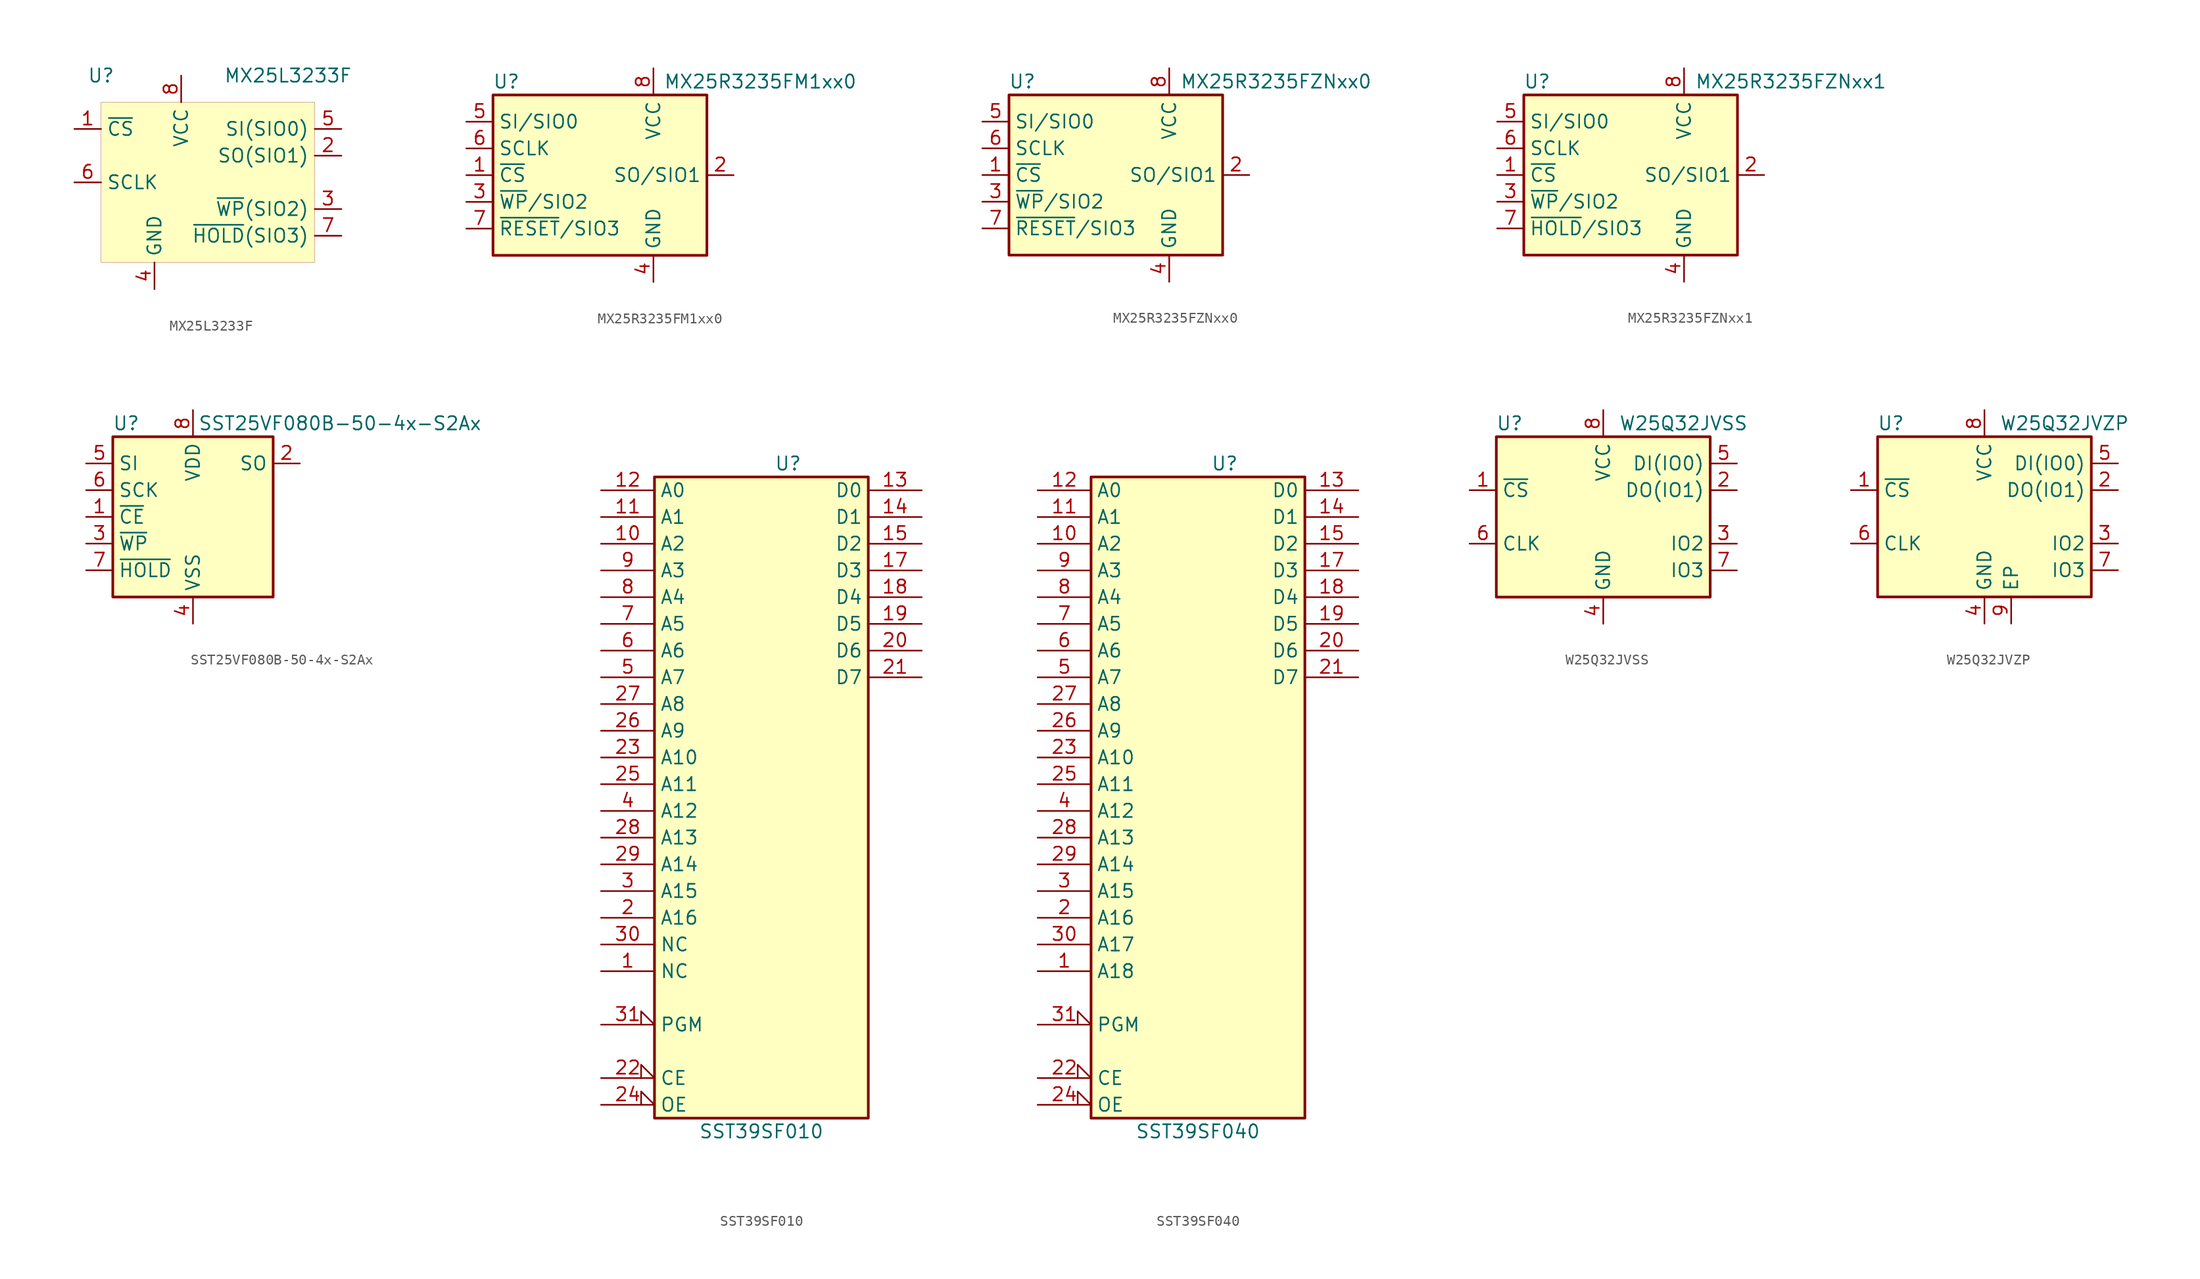
<source format=kicad_sym>
(kicad_symbol_lib
  (version 20200820)
  (host kicad_symbol_editor "5.99.0-a2341f0f33-1-1")
  (symbol "Memory_Flash:MX25L3233F"
    (property "Reference" "U"
      (at -10.16 10.16 0)
      (effects (font (size 1.27 1.27))))
    (property "Value" "MX25L3233F"
      (at 7.62 10.16 0)
      (effects (font (size 1.27 1.27))))
    (symbol "MX25L3233F_0_1"
      (rectangle (start -10.16 7.62) (end 10.16 -7.62) (stroke (width 0.001)) (fill (type background))))
    (symbol "MX25L3233F_1_1"
      (pin power_in line (at -2.54 10.16 270) (length 2.54) (name "VCC" (effects (font (size 1.27 1.27)))) (number "8" (effects (font (size 1.27 1.27)))))
      (pin input line (at -12.7 5.08 0) (length 2.54) (name "~CS" (effects (font (size 1.27 1.27)))) (number "1" (effects (font (size 1.27 1.27)))))
      (pin input line (at -12.7 0 0) (length 2.54) (name "SCLK" (effects (font (size 1.27 1.27)))) (number "6" (effects (font (size 1.27 1.27)))))
      (pin input line (at -5.08 -10.16 90) (length 2.54) (name "GND" (effects (font (size 1.27 1.27)))) (number "4" (effects (font (size 1.27 1.27)))))
      (pin bidirectional line (at 12.7 -5.08 180) (length 2.54) (name "~HOLD~(SIO3)" (effects (font (size 1.27 1.27)))) (number "7" (effects (font (size 1.27 1.27)))))
      (pin bidirectional line (at 12.7 -2.54 180) (length 2.54) (name "~WP~(SIO2)" (effects (font (size 1.27 1.27)))) (number "3" (effects (font (size 1.27 1.27)))))
      (pin bidirectional line (at 12.7 2.54 180) (length 2.54) (name "SO(SIO1)" (effects (font (size 1.27 1.27)))) (number "2" (effects (font (size 1.27 1.27)))))
      (pin bidirectional line (at 12.7 5.08 180) (length 2.54) (name "SI(SIO0)" (effects (font (size 1.27 1.27)))) (number "5" (effects (font (size 1.27 1.27)))))))
  (symbol "Memory_Flash:MX25R3235FM1xx0"
    (pin_names
      (offset 0.508))
    (property "Reference" "U"
      (at -8.89 8.89 0)
      (effects (font (size 1.27 1.27))))
    (property "Value" "MX25R3235FM1xx0"
      (at 15.24 8.89 0)
      (effects (font (size 1.27 1.27))))
    (symbol "MX25R3235FM1xx0_1_1"
      (rectangle (start -10.16 7.62) (end 10.16 -7.62) (stroke (width 0.254)) (fill (type background)))
      (pin input line (at -12.7 0 0) (length 2.54) (name "~CS" (effects (font (size 1.27 1.27)))) (number "1" (effects (font (size 1.27 1.27)))))
      (pin bidirectional line (at 12.7 0 180) (length 2.54) (name "SO/SIO1" (effects (font (size 1.27 1.27)))) (number "2" (effects (font (size 1.27 1.27)))))
      (pin bidirectional line (at -12.7 -2.54 0) (length 2.54) (name "~WP~/SIO2" (effects (font (size 1.27 1.27)))) (number "3" (effects (font (size 1.27 1.27)))))
      (pin power_in line (at 5.08 -10.16 90) (length 2.54) (name "GND" (effects (font (size 1.27 1.27)))) (number "4" (effects (font (size 1.27 1.27)))))
      (pin bidirectional line (at -12.7 5.08 0) (length 2.54) (name "SI/SIO0" (effects (font (size 1.27 1.27)))) (number "5" (effects (font (size 1.27 1.27)))))
      (pin input line (at -12.7 2.54 0) (length 2.54) (name "SCLK" (effects (font (size 1.27 1.27)))) (number "6" (effects (font (size 1.27 1.27)))))
      (pin bidirectional line (at -12.7 -5.08 0) (length 2.54) (name "~RESET~/SIO3" (effects (font (size 1.27 1.27)))) (number "7" (effects (font (size 1.27 1.27)))))
      (pin power_in line (at 5.08 10.16 270) (length 2.54) (name "VCC" (effects (font (size 1.27 1.27)))) (number "8" (effects (font (size 1.27 1.27)))))))
  (symbol "Memory_Flash:MX25R3235FZNxx0"
    (pin_names
      (offset 0.508))
    (property "Reference" "U"
      (at -8.89 8.89 0)
      (effects (font (size 1.27 1.27))))
    (property "Value" "MX25R3235FZNxx0"
      (at 15.24 8.89 0)
      (effects (font (size 1.27 1.27))))
    (symbol "MX25R3235FZNxx0_1_1"
      (rectangle (start -10.16 7.62) (end 10.16 -7.62) (stroke (width 0.254)) (fill (type background)))
      (pin input line (at -12.7 0 0) (length 2.54) (name "~CS" (effects (font (size 1.27 1.27)))) (number "1" (effects (font (size 1.27 1.27)))))
      (pin bidirectional line (at 12.7 0 180) (length 2.54) (name "SO/SIO1" (effects (font (size 1.27 1.27)))) (number "2" (effects (font (size 1.27 1.27)))))
      (pin bidirectional line (at -12.7 -2.54 0) (length 2.54) (name "~WP~/SIO2" (effects (font (size 1.27 1.27)))) (number "3" (effects (font (size 1.27 1.27)))))
      (pin power_in line (at 5.08 -10.16 90) (length 2.54) (name "GND" (effects (font (size 1.27 1.27)))) (number "4" (effects (font (size 1.27 1.27)))))
      (pin bidirectional line (at -12.7 5.08 0) (length 2.54) (name "SI/SIO0" (effects (font (size 1.27 1.27)))) (number "5" (effects (font (size 1.27 1.27)))))
      (pin input line (at -12.7 2.54 0) (length 2.54) (name "SCLK" (effects (font (size 1.27 1.27)))) (number "6" (effects (font (size 1.27 1.27)))))
      (pin bidirectional line (at -12.7 -5.08 0) (length 2.54) (name "~RESET~/SIO3" (effects (font (size 1.27 1.27)))) (number "7" (effects (font (size 1.27 1.27)))))
      (pin power_in line (at 5.08 10.16 270) (length 2.54) (name "VCC" (effects (font (size 1.27 1.27)))) (number "8" (effects (font (size 1.27 1.27)))))
      (pin passive line (at 5.08 -10.16 90) (length 2.54) hide (name "GND" (effects (font (size 1.27 1.27)))) (number "9" (effects (font (size 1.27 1.27)))))))
  (symbol "Memory_Flash:MX25R3235FZNxx1"
    (pin_names
      (offset 0.508))
    (property "Reference" "U"
      (at -8.89 8.89 0)
      (effects (font (size 1.27 1.27))))
    (property "Value" "MX25R3235FZNxx1"
      (at 15.24 8.89 0)
      (effects (font (size 1.27 1.27))))
    (symbol "MX25R3235FZNxx1_1_1"
      (rectangle (start -10.16 7.62) (end 10.16 -7.62) (stroke (width 0.254)) (fill (type background)))
      (pin input line (at -12.7 0 0) (length 2.54) (name "~CS" (effects (font (size 1.27 1.27)))) (number "1" (effects (font (size 1.27 1.27)))))
      (pin bidirectional line (at 12.7 0 180) (length 2.54) (name "SO/SIO1" (effects (font (size 1.27 1.27)))) (number "2" (effects (font (size 1.27 1.27)))))
      (pin bidirectional line (at -12.7 -2.54 0) (length 2.54) (name "~WP~/SIO2" (effects (font (size 1.27 1.27)))) (number "3" (effects (font (size 1.27 1.27)))))
      (pin power_in line (at 5.08 -10.16 90) (length 2.54) (name "GND" (effects (font (size 1.27 1.27)))) (number "4" (effects (font (size 1.27 1.27)))))
      (pin bidirectional line (at -12.7 5.08 0) (length 2.54) (name "SI/SIO0" (effects (font (size 1.27 1.27)))) (number "5" (effects (font (size 1.27 1.27)))))
      (pin input line (at -12.7 2.54 0) (length 2.54) (name "SCLK" (effects (font (size 1.27 1.27)))) (number "6" (effects (font (size 1.27 1.27)))))
      (pin bidirectional line (at -12.7 -5.08 0) (length 2.54) (name "~HOLD~/SIO3" (effects (font (size 1.27 1.27)))) (number "7" (effects (font (size 1.27 1.27)))))
      (pin power_in line (at 5.08 10.16 270) (length 2.54) (name "VCC" (effects (font (size 1.27 1.27)))) (number "8" (effects (font (size 1.27 1.27)))))
      (pin passive line (at 5.08 -10.16 90) (length 2.54) hide (name "GND" (effects (font (size 1.27 1.27)))) (number "9" (effects (font (size 1.27 1.27)))))))
  (symbol "Memory_Flash:SST25VF080B-50-4x-S2Ax"
    (pin_names
      (offset 0.508))
    (property "Reference" "U"
      (at -6.35 8.89 0)
      (effects (font (size 1.27 1.27))))
    (property "Value" "SST25VF080B-50-4x-S2Ax"
      (at 13.97 8.89 0)
      (effects (font (size 1.27 1.27))))
    (symbol "SST25VF080B-50-4x-S2Ax_1_1"
      (rectangle (start -7.62 7.62) (end 7.62 -7.62) (stroke (width 0.254)) (fill (type background)))
      (pin input line (at -10.16 0 0) (length 2.54) (name "~CE" (effects (font (size 1.27 1.27)))) (number "1" (effects (font (size 1.27 1.27)))))
      (pin output line (at 10.16 5.08 180) (length 2.54) (name "SO" (effects (font (size 1.27 1.27)))) (number "2" (effects (font (size 1.27 1.27)))))
      (pin input line (at -10.16 -2.54 0) (length 2.54) (name "~WP~" (effects (font (size 1.27 1.27)))) (number "3" (effects (font (size 1.27 1.27)))))
      (pin power_in line (at 0 -10.16 90) (length 2.54) (name "VSS" (effects (font (size 1.27 1.27)))) (number "4" (effects (font (size 1.27 1.27)))))
      (pin input line (at -10.16 5.08 0) (length 2.54) (name "SI" (effects (font (size 1.27 1.27)))) (number "5" (effects (font (size 1.27 1.27)))))
      (pin input line (at -10.16 2.54 0) (length 2.54) (name "SCK" (effects (font (size 1.27 1.27)))) (number "6" (effects (font (size 1.27 1.27)))))
      (pin input line (at -10.16 -5.08 0) (length 2.54) (name "~HOLD~" (effects (font (size 1.27 1.27)))) (number "7" (effects (font (size 1.27 1.27)))))
      (pin power_in line (at 0 10.16 270) (length 2.54) (name "VDD" (effects (font (size 1.27 1.27)))) (number "8" (effects (font (size 1.27 1.27)))))))
  (symbol "Memory_Flash:SST39SF010"
    (pin_names
      (offset 0.508))
    (property "Reference" "U"
      (at 2.54 33.02 0)
      (effects (font (size 1.27 1.27))))
    (property "Value" "SST39SF010"
      (at 0 -30.48 0)
      (effects (font (size 1.27 1.27))))
    (symbol "SST39SF010_0_1"
      (rectangle (start -10.16 31.75) (end 10.16 -29.21) (stroke (width 0.254)) (fill (type background))))
    (symbol "SST39SF010_0_0"
      (pin power_in line (at 0 -30.48 90) (length 1.27) hide (name "GND" (effects (font (size 1.27 1.27)))) (number "16" (effects (font (size 1.27 1.27)))))
      (pin power_in line (at 0 33.02 270) (length 1.27) hide (name "VCC" (effects (font (size 1.27 1.27)))) (number "32" (effects (font (size 1.27 1.27))))))
    (symbol "SST39SF010_1_1"
      (pin input line (at -15.24 -15.24 0) (length 5.08) (name "NC" (effects (font (size 1.27 1.27)))) (number "1" (effects (font (size 1.27 1.27)))))
      (pin input line (at -15.24 25.4 0) (length 5.08) (name "A2" (effects (font (size 1.27 1.27)))) (number "10" (effects (font (size 1.27 1.27)))))
      (pin input line (at -15.24 27.94 0) (length 5.08) (name "A1" (effects (font (size 1.27 1.27)))) (number "11" (effects (font (size 1.27 1.27)))))
      (pin input line (at -15.24 30.48 0) (length 5.08) (name "A0" (effects (font (size 1.27 1.27)))) (number "12" (effects (font (size 1.27 1.27)))))
      (pin tri_state line (at 15.24 30.48 180) (length 5.08) (name "D0" (effects (font (size 1.27 1.27)))) (number "13" (effects (font (size 1.27 1.27)))))
      (pin tri_state line (at 15.24 27.94 180) (length 5.08) (name "D1" (effects (font (size 1.27 1.27)))) (number "14" (effects (font (size 1.27 1.27)))))
      (pin tri_state line (at 15.24 25.4 180) (length 5.08) (name "D2" (effects (font (size 1.27 1.27)))) (number "15" (effects (font (size 1.27 1.27)))))
      (pin tri_state line (at 15.24 22.86 180) (length 5.08) (name "D3" (effects (font (size 1.27 1.27)))) (number "17" (effects (font (size 1.27 1.27)))))
      (pin tri_state line (at 15.24 20.32 180) (length 5.08) (name "D4" (effects (font (size 1.27 1.27)))) (number "18" (effects (font (size 1.27 1.27)))))
      (pin tri_state line (at 15.24 17.78 180) (length 5.08) (name "D5" (effects (font (size 1.27 1.27)))) (number "19" (effects (font (size 1.27 1.27)))))
      (pin input line (at -15.24 -10.16 0) (length 5.08) (name "A16" (effects (font (size 1.27 1.27)))) (number "2" (effects (font (size 1.27 1.27)))))
      (pin tri_state line (at 15.24 15.24 180) (length 5.08) (name "D6" (effects (font (size 1.27 1.27)))) (number "20" (effects (font (size 1.27 1.27)))))
      (pin tri_state line (at 15.24 12.7 180) (length 5.08) (name "D7" (effects (font (size 1.27 1.27)))) (number "21" (effects (font (size 1.27 1.27)))))
      (pin input input_low (at -15.24 -25.4 0) (length 5.08) (name "CE" (effects (font (size 1.27 1.27)))) (number "22" (effects (font (size 1.27 1.27)))))
      (pin input line (at -15.24 5.08 0) (length 5.08) (name "A10" (effects (font (size 1.27 1.27)))) (number "23" (effects (font (size 1.27 1.27)))))
      (pin input input_low (at -15.24 -27.94 0) (length 5.08) (name "OE" (effects (font (size 1.27 1.27)))) (number "24" (effects (font (size 1.27 1.27)))))
      (pin input line (at -15.24 2.54 0) (length 5.08) (name "A11" (effects (font (size 1.27 1.27)))) (number "25" (effects (font (size 1.27 1.27)))))
      (pin input line (at -15.24 7.62 0) (length 5.08) (name "A9" (effects (font (size 1.27 1.27)))) (number "26" (effects (font (size 1.27 1.27)))))
      (pin input line (at -15.24 10.16 0) (length 5.08) (name "A8" (effects (font (size 1.27 1.27)))) (number "27" (effects (font (size 1.27 1.27)))))
      (pin input line (at -15.24 -2.54 0) (length 5.08) (name "A13" (effects (font (size 1.27 1.27)))) (number "28" (effects (font (size 1.27 1.27)))))
      (pin input line (at -15.24 -5.08 0) (length 5.08) (name "A14" (effects (font (size 1.27 1.27)))) (number "29" (effects (font (size 1.27 1.27)))))
      (pin input line (at -15.24 -7.62 0) (length 5.08) (name "A15" (effects (font (size 1.27 1.27)))) (number "3" (effects (font (size 1.27 1.27)))))
      (pin input line (at -15.24 -12.7 0) (length 5.08) (name "NC" (effects (font (size 1.27 1.27)))) (number "30" (effects (font (size 1.27 1.27)))))
      (pin input input_low (at -15.24 -20.32 0) (length 5.08) (name "PGM" (effects (font (size 1.27 1.27)))) (number "31" (effects (font (size 1.27 1.27)))))
      (pin input line (at -15.24 0 0) (length 5.08) (name "A12" (effects (font (size 1.27 1.27)))) (number "4" (effects (font (size 1.27 1.27)))))
      (pin input line (at -15.24 12.7 0) (length 5.08) (name "A7" (effects (font (size 1.27 1.27)))) (number "5" (effects (font (size 1.27 1.27)))))
      (pin input line (at -15.24 15.24 0) (length 5.08) (name "A6" (effects (font (size 1.27 1.27)))) (number "6" (effects (font (size 1.27 1.27)))))
      (pin input line (at -15.24 17.78 0) (length 5.08) (name "A5" (effects (font (size 1.27 1.27)))) (number "7" (effects (font (size 1.27 1.27)))))
      (pin input line (at -15.24 20.32 0) (length 5.08) (name "A4" (effects (font (size 1.27 1.27)))) (number "8" (effects (font (size 1.27 1.27)))))
      (pin input line (at -15.24 22.86 0) (length 5.08) (name "A3" (effects (font (size 1.27 1.27)))) (number "9" (effects (font (size 1.27 1.27)))))))
  (symbol "Memory_Flash:SST39SF040"
    (pin_names
      (offset 0.508))
    (property "Reference" "U"
      (at 2.54 33.02 0)
      (effects (font (size 1.27 1.27))))
    (property "Value" "SST39SF040"
      (at 0 -30.48 0)
      (effects (font (size 1.27 1.27))))
    (symbol "SST39SF040_0_1"
      (rectangle (start -10.16 31.75) (end 10.16 -29.21) (stroke (width 0.254)) (fill (type background))))
    (symbol "SST39SF040_0_0"
      (pin power_in line (at 0 -30.48 90) (length 1.27) hide (name "GND" (effects (font (size 1.27 1.27)))) (number "16" (effects (font (size 1.27 1.27)))))
      (pin power_in line (at 0 33.02 270) (length 1.27) hide (name "VCC" (effects (font (size 1.27 1.27)))) (number "32" (effects (font (size 1.27 1.27))))))
    (symbol "SST39SF040_1_1"
      (pin input line (at -15.24 -15.24 0) (length 5.08) (name "A18" (effects (font (size 1.27 1.27)))) (number "1" (effects (font (size 1.27 1.27)))))
      (pin input line (at -15.24 25.4 0) (length 5.08) (name "A2" (effects (font (size 1.27 1.27)))) (number "10" (effects (font (size 1.27 1.27)))))
      (pin input line (at -15.24 27.94 0) (length 5.08) (name "A1" (effects (font (size 1.27 1.27)))) (number "11" (effects (font (size 1.27 1.27)))))
      (pin input line (at -15.24 30.48 0) (length 5.08) (name "A0" (effects (font (size 1.27 1.27)))) (number "12" (effects (font (size 1.27 1.27)))))
      (pin tri_state line (at 15.24 30.48 180) (length 5.08) (name "D0" (effects (font (size 1.27 1.27)))) (number "13" (effects (font (size 1.27 1.27)))))
      (pin tri_state line (at 15.24 27.94 180) (length 5.08) (name "D1" (effects (font (size 1.27 1.27)))) (number "14" (effects (font (size 1.27 1.27)))))
      (pin tri_state line (at 15.24 25.4 180) (length 5.08) (name "D2" (effects (font (size 1.27 1.27)))) (number "15" (effects (font (size 1.27 1.27)))))
      (pin tri_state line (at 15.24 22.86 180) (length 5.08) (name "D3" (effects (font (size 1.27 1.27)))) (number "17" (effects (font (size 1.27 1.27)))))
      (pin tri_state line (at 15.24 20.32 180) (length 5.08) (name "D4" (effects (font (size 1.27 1.27)))) (number "18" (effects (font (size 1.27 1.27)))))
      (pin tri_state line (at 15.24 17.78 180) (length 5.08) (name "D5" (effects (font (size 1.27 1.27)))) (number "19" (effects (font (size 1.27 1.27)))))
      (pin input line (at -15.24 -10.16 0) (length 5.08) (name "A16" (effects (font (size 1.27 1.27)))) (number "2" (effects (font (size 1.27 1.27)))))
      (pin tri_state line (at 15.24 15.24 180) (length 5.08) (name "D6" (effects (font (size 1.27 1.27)))) (number "20" (effects (font (size 1.27 1.27)))))
      (pin tri_state line (at 15.24 12.7 180) (length 5.08) (name "D7" (effects (font (size 1.27 1.27)))) (number "21" (effects (font (size 1.27 1.27)))))
      (pin input input_low (at -15.24 -25.4 0) (length 5.08) (name "CE" (effects (font (size 1.27 1.27)))) (number "22" (effects (font (size 1.27 1.27)))))
      (pin input line (at -15.24 5.08 0) (length 5.08) (name "A10" (effects (font (size 1.27 1.27)))) (number "23" (effects (font (size 1.27 1.27)))))
      (pin input input_low (at -15.24 -27.94 0) (length 5.08) (name "OE" (effects (font (size 1.27 1.27)))) (number "24" (effects (font (size 1.27 1.27)))))
      (pin input line (at -15.24 2.54 0) (length 5.08) (name "A11" (effects (font (size 1.27 1.27)))) (number "25" (effects (font (size 1.27 1.27)))))
      (pin input line (at -15.24 7.62 0) (length 5.08) (name "A9" (effects (font (size 1.27 1.27)))) (number "26" (effects (font (size 1.27 1.27)))))
      (pin input line (at -15.24 10.16 0) (length 5.08) (name "A8" (effects (font (size 1.27 1.27)))) (number "27" (effects (font (size 1.27 1.27)))))
      (pin input line (at -15.24 -2.54 0) (length 5.08) (name "A13" (effects (font (size 1.27 1.27)))) (number "28" (effects (font (size 1.27 1.27)))))
      (pin input line (at -15.24 -5.08 0) (length 5.08) (name "A14" (effects (font (size 1.27 1.27)))) (number "29" (effects (font (size 1.27 1.27)))))
      (pin input line (at -15.24 -7.62 0) (length 5.08) (name "A15" (effects (font (size 1.27 1.27)))) (number "3" (effects (font (size 1.27 1.27)))))
      (pin input line (at -15.24 -12.7 0) (length 5.08) (name "A17" (effects (font (size 1.27 1.27)))) (number "30" (effects (font (size 1.27 1.27)))))
      (pin input input_low (at -15.24 -20.32 0) (length 5.08) (name "PGM" (effects (font (size 1.27 1.27)))) (number "31" (effects (font (size 1.27 1.27)))))
      (pin input line (at -15.24 0 0) (length 5.08) (name "A12" (effects (font (size 1.27 1.27)))) (number "4" (effects (font (size 1.27 1.27)))))
      (pin input line (at -15.24 12.7 0) (length 5.08) (name "A7" (effects (font (size 1.27 1.27)))) (number "5" (effects (font (size 1.27 1.27)))))
      (pin input line (at -15.24 15.24 0) (length 5.08) (name "A6" (effects (font (size 1.27 1.27)))) (number "6" (effects (font (size 1.27 1.27)))))
      (pin input line (at -15.24 17.78 0) (length 5.08) (name "A5" (effects (font (size 1.27 1.27)))) (number "7" (effects (font (size 1.27 1.27)))))
      (pin input line (at -15.24 20.32 0) (length 5.08) (name "A4" (effects (font (size 1.27 1.27)))) (number "8" (effects (font (size 1.27 1.27)))))
      (pin input line (at -15.24 22.86 0) (length 5.08) (name "A3" (effects (font (size 1.27 1.27)))) (number "9" (effects (font (size 1.27 1.27)))))))
  (symbol "Memory_Flash:W25Q32JVSS"
    (pin_names
      (offset 0.508))
    (property "Reference" "U"
      (at -8.89 8.89 0)
      (effects (font (size 1.27 1.27))))
    (property "Value" "W25Q32JVSS"
      (at 7.62 8.89 0)
      (effects (font (size 1.27 1.27))))
    (symbol "W25Q32JVSS_0_1"
      (rectangle (start -10.16 7.62) (end 10.16 -7.62) (stroke (width 0.254)) (fill (type background))))
    (symbol "W25Q32JVSS_1_1"
      (pin input line (at -12.7 2.54 0) (length 2.54) (name "~CS" (effects (font (size 1.27 1.27)))) (number "1" (effects (font (size 1.27 1.27)))))
      (pin bidirectional line (at 12.7 2.54 180) (length 2.54) (name "DO(IO1)" (effects (font (size 1.27 1.27)))) (number "2" (effects (font (size 1.27 1.27)))))
      (pin bidirectional line (at 12.7 -2.54 180) (length 2.54) (name "IO2" (effects (font (size 1.27 1.27)))) (number "3" (effects (font (size 1.27 1.27)))))
      (pin power_in line (at 0 -10.16 90) (length 2.54) (name "GND" (effects (font (size 1.27 1.27)))) (number "4" (effects (font (size 1.27 1.27)))))
      (pin bidirectional line (at 12.7 5.08 180) (length 2.54) (name "DI(IO0)" (effects (font (size 1.27 1.27)))) (number "5" (effects (font (size 1.27 1.27)))))
      (pin input line (at -12.7 -2.54 0) (length 2.54) (name "CLK" (effects (font (size 1.27 1.27)))) (number "6" (effects (font (size 1.27 1.27)))))
      (pin bidirectional line (at 12.7 -5.08 180) (length 2.54) (name "IO3" (effects (font (size 1.27 1.27)))) (number "7" (effects (font (size 1.27 1.27)))))
      (pin power_in line (at 0 10.16 270) (length 2.54) (name "VCC" (effects (font (size 1.27 1.27)))) (number "8" (effects (font (size 1.27 1.27)))))))
  (symbol "Memory_Flash:W25Q32JVZP"
    (pin_names
      (offset 0.508))
    (property "Reference" "U"
      (at -8.89 8.89 0)
      (effects (font (size 1.27 1.27))))
    (property "Value" "W25Q32JVZP"
      (at 7.62 8.89 0)
      (effects (font (size 1.27 1.27))))
    (symbol "W25Q32JVZP_0_1"
      (rectangle (start -10.16 7.62) (end 10.16 -7.62) (stroke (width 0.254)) (fill (type background))))
    (symbol "W25Q32JVZP_1_1"
      (pin input line (at -12.7 2.54 0) (length 2.54) (name "~CS" (effects (font (size 1.27 1.27)))) (number "1" (effects (font (size 1.27 1.27)))))
      (pin bidirectional line (at 12.7 2.54 180) (length 2.54) (name "DO(IO1)" (effects (font (size 1.27 1.27)))) (number "2" (effects (font (size 1.27 1.27)))))
      (pin bidirectional line (at 12.7 -2.54 180) (length 2.54) (name "IO2" (effects (font (size 1.27 1.27)))) (number "3" (effects (font (size 1.27 1.27)))))
      (pin power_in line (at 0 -10.16 90) (length 2.54) (name "GND" (effects (font (size 1.27 1.27)))) (number "4" (effects (font (size 1.27 1.27)))))
      (pin bidirectional line (at 12.7 5.08 180) (length 2.54) (name "DI(IO0)" (effects (font (size 1.27 1.27)))) (number "5" (effects (font (size 1.27 1.27)))))
      (pin input line (at -12.7 -2.54 0) (length 2.54) (name "CLK" (effects (font (size 1.27 1.27)))) (number "6" (effects (font (size 1.27 1.27)))))
      (pin bidirectional line (at 12.7 -5.08 180) (length 2.54) (name "IO3" (effects (font (size 1.27 1.27)))) (number "7" (effects (font (size 1.27 1.27)))))
      (pin power_in line (at 0 10.16 270) (length 2.54) (name "VCC" (effects (font (size 1.27 1.27)))) (number "8" (effects (font (size 1.27 1.27)))))
      (pin passive line (at 2.54 -10.16 90) (length 2.54) (name "EP" (effects (font (size 1.27 1.27)))) (number "9" (effects (font (size 1.27 1.27))))))))
</source>
